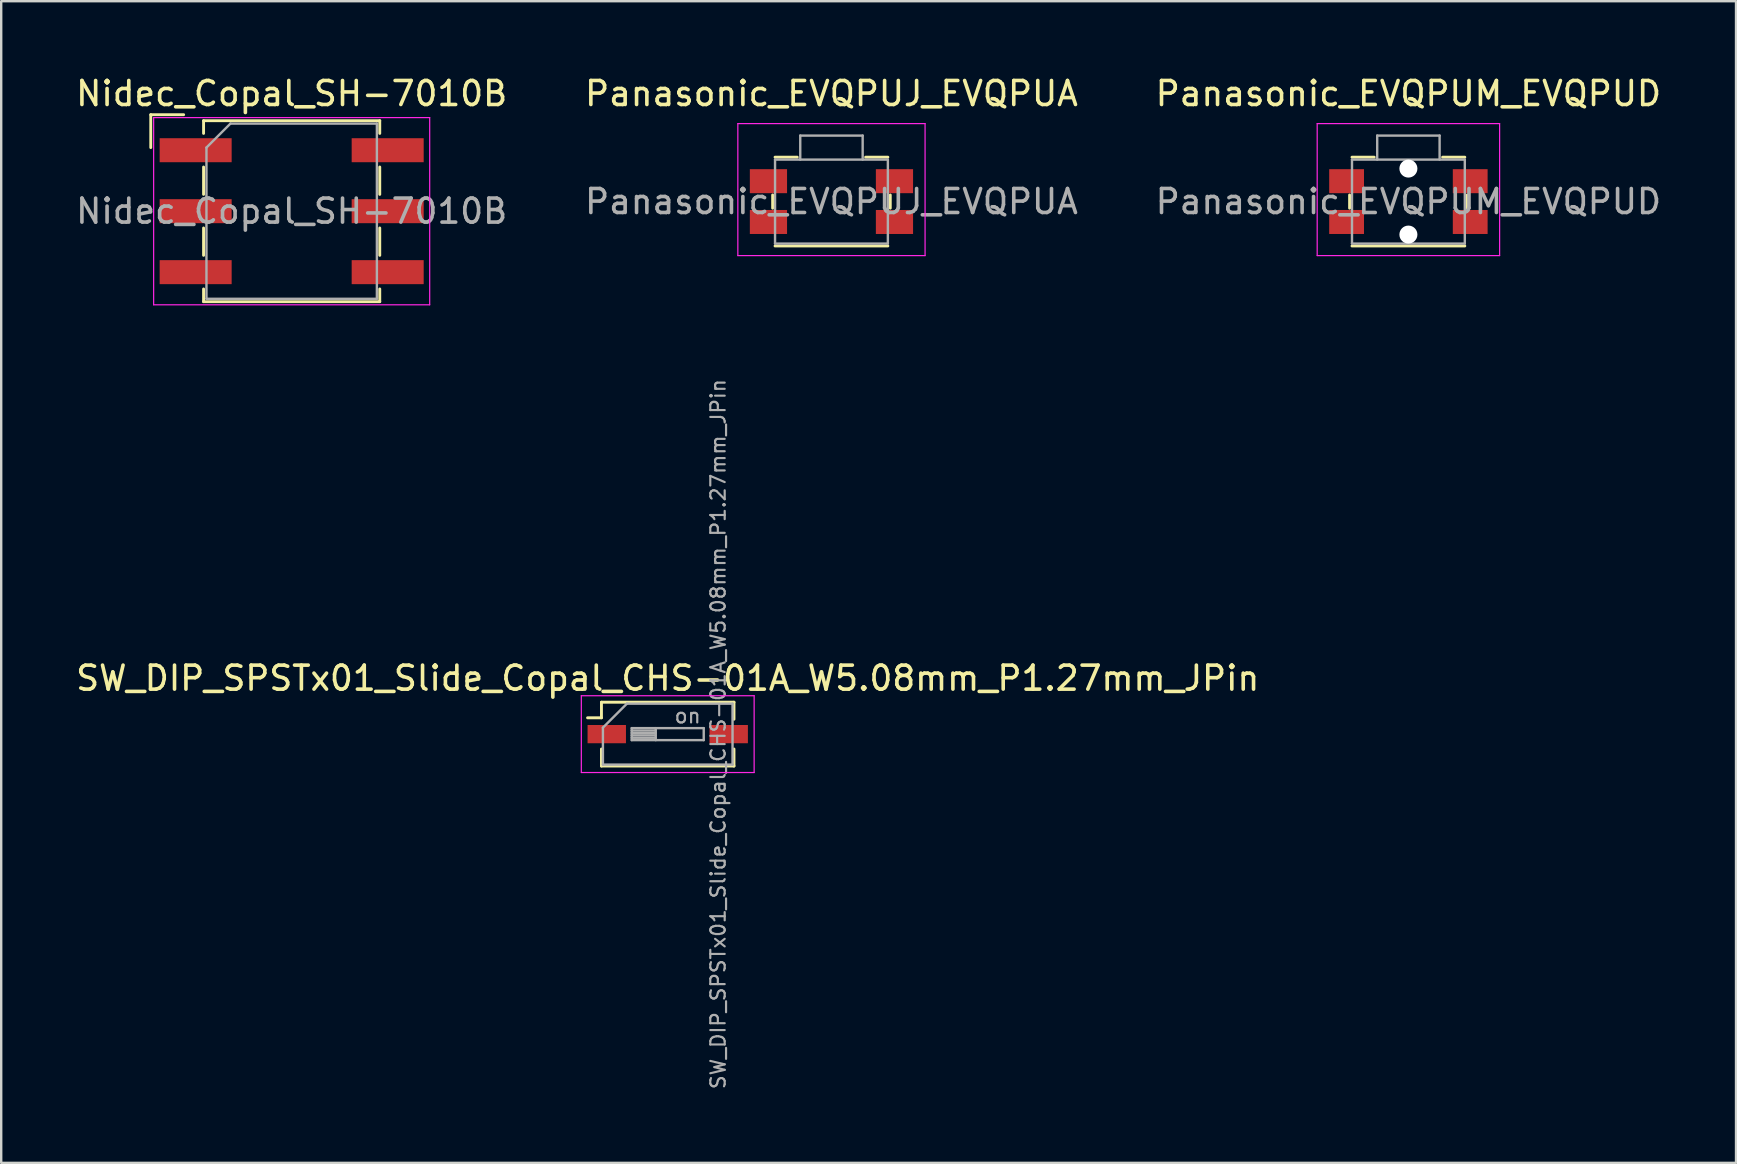
<source format=kicad_pcb>
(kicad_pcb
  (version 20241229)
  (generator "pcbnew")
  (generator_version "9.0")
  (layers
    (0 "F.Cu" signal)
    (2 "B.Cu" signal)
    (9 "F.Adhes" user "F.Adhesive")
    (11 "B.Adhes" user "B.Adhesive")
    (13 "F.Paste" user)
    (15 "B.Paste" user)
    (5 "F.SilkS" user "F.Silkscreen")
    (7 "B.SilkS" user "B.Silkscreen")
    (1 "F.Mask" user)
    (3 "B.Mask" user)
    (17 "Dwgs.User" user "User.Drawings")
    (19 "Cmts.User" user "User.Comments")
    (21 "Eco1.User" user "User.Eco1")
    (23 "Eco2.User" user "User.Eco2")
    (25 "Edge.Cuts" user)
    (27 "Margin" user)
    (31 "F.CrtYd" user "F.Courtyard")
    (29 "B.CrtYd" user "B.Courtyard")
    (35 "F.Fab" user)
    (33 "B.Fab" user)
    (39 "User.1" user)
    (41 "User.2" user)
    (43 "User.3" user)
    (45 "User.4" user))
  (footprint "Nidec_Copal_SH-7010B"
    (layer "F.Cu")
    (at 9.101 5.748)
    (property "Reference" "Nidec_Copal_SH-7010B" (at 0 -4.9 0) (layer "F.SilkS") (effects (font (size 1 1) (thickness 0.15))))
    (attr smd)
    (fp_line (start -5.87 -4.02) (end -4.5 -4.02) (stroke (width 0.12) (type solid)) (layer "F.SilkS"))
    (fp_line (start -5.87 -2.65) (end -5.87 -4.02) (stroke (width 0.12) (type solid)) (layer "F.SilkS"))
    (fp_line (start -3.67 -3.77) (end 3.67 -3.77) (stroke (width 0.12) (type solid)) (layer "F.SilkS"))
    (fp_line (start -3.67 -3.24) (end -3.67 -3.77) (stroke (width 0.12) (type solid)) (layer "F.SilkS"))
    (fp_line (start -3.67 -1.84) (end -3.67 -0.7) (stroke (width 0.12) (type solid)) (layer "F.SilkS"))
    (fp_line (start -3.67 0.7) (end -3.67 1.84) (stroke (width 0.12) (type solid)) (layer "F.SilkS"))
    (fp_line (start -3.67 3.24) (end -3.67 3.77) (stroke (width 0.12) (type solid)) (layer "F.SilkS"))
    (fp_line (start -3.67 3.77) (end 3.67 3.77) (stroke (width 0.12) (type solid)) (layer "F.SilkS"))
    (fp_line (start 3.67 -3.77) (end 3.67 -3.24) (stroke (width 0.12) (type solid)) (layer "F.SilkS"))
    (fp_line (start 3.67 -1.84) (end 3.67 -0.7) (stroke (width 0.12) (type solid)) (layer "F.SilkS"))
    (fp_line (start 3.67 0.7) (end 3.67 1.84) (stroke (width 0.12) (type solid)) (layer "F.SilkS"))
    (fp_line (start 3.67 3.77) (end 3.67 3.24) (stroke (width 0.12) (type solid)) (layer "F.SilkS"))
    (fp_line (start -5.75 -3.9) (end -5.75 3.9) (stroke (width 0.05) (type solid)) (layer "F.CrtYd"))
    (fp_line (start -5.75 3.9) (end 5.75 3.9) (stroke (width 0.05) (type solid)) (layer "F.CrtYd"))
    (fp_line (start 5.75 -3.9) (end -5.75 -3.9) (stroke (width 0.05) (type solid)) (layer "F.CrtYd"))
    (fp_line (start 5.75 3.9) (end 5.75 -3.9) (stroke (width 0.05) (type solid)) (layer "F.CrtYd"))
    (fp_line (start -3.55 -2.65) (end -2.55 -3.65) (stroke (width 0.1) (type solid)) (layer "F.Fab"))
    (fp_line (start -3.55 3.65) (end -3.55 -2.65) (stroke (width 0.1) (type solid)) (layer "F.Fab"))
    (fp_line (start -2.55 -3.65) (end 3.55 -3.65) (stroke (width 0.1) (type solid)) (layer "F.Fab"))
    (fp_line (start 3.55 -3.65) (end 3.55 3.65) (stroke (width 0.1) (type solid)) (layer "F.Fab"))
    (fp_line (start 3.55 3.65) (end -3.55 3.65) (stroke (width 0.1) (type solid)) (layer "F.Fab"))
    (fp_text user "${REFERENCE}" (at 0 0 0) (layer "F.Fab") (effects (font (size 1 1) (thickness 0.15))))
    (pad "1" smd rect (at -4 -2.54) (size 3 1) (layers "F.Cu" "F.Mask" "F.Paste"))
    (pad "2" smd rect (at 4 2.54) (size 3 1) (layers "F.Cu" "F.Mask" "F.Paste"))
    (pad "4" smd rect (at -4 2.54) (size 3 1) (layers "F.Cu" "F.Mask" "F.Paste"))
    (pad "8" smd rect (at 4 -2.54) (size 3 1) (layers "F.Cu" "F.Mask" "F.Paste"))
    (pad "C" smd rect (at -4 0) (size 3 1) (layers "F.Cu" "F.Mask" "F.Paste"))
    (pad "C" smd rect (at 4 0) (size 3 1) (layers "F.Cu" "F.Mask" "F.Paste")))
  (footprint "Panasonic_EVQPUJ_EVQPUA"
    (layer "F.Cu")
    (at 31.589 5.348)
    (property "Reference" "Panasonic_EVQPUJ_EVQPUA" (at 0 -4.5 0) (layer "F.SilkS") (effects (font (size 1 1) (thickness 0.15))))
    (attr smd)
    (fp_line (start -2.45 0.275) (end -2.45 -0.275) (stroke (width 0.12) (type solid)) (layer "F.SilkS"))
    (fp_line (start -1.425 -1.85) (end -2.35 -1.85) (stroke (width 0.12) (type solid)) (layer "F.SilkS"))
    (fp_line (start 2.35 -1.85) (end 1.425 -1.85) (stroke (width 0.12) (type solid)) (layer "F.SilkS"))
    (fp_line (start 2.35 1.85) (end -2.35 1.85) (stroke (width 0.12) (type solid)) (layer "F.SilkS"))
    (fp_line (start 2.45 0.275) (end 2.45 -0.275) (stroke (width 0.12) (type solid)) (layer "F.SilkS"))
    (fp_line (start -3.9 2.25) (end -3.9 -3.25) (stroke (width 0.05) (type solid)) (layer "F.CrtYd"))
    (fp_line (start 3.9 -3.25) (end -3.9 -3.25) (stroke (width 0.05) (type solid)) (layer "F.CrtYd"))
    (fp_line (start 3.9 2.25) (end -3.9 2.25) (stroke (width 0.05) (type solid)) (layer "F.CrtYd"))
    (fp_line (start 3.9 2.25) (end 3.9 -3.25) (stroke (width 0.05) (type solid)) (layer "F.CrtYd"))
    (fp_line (start -2.35 1.75) (end -2.35 -1.75) (stroke (width 0.1) (type solid)) (layer "F.Fab"))
    (fp_line (start -1.3 -2.75) (end -1.3 -1.75) (stroke (width 0.1) (type solid)) (layer "F.Fab"))
    (fp_line (start 1.3 -2.75) (end -1.3 -2.75) (stroke (width 0.1) (type solid)) (layer "F.Fab"))
    (fp_line (start 1.3 -2.75) (end 1.3 -1.75) (stroke (width 0.1) (type solid)) (layer "F.Fab"))
    (fp_line (start 2.35 -1.75) (end -2.35 -1.75) (stroke (width 0.1) (type solid)) (layer "F.Fab"))
    (fp_line (start 2.35 1.75) (end -2.35 1.75) (stroke (width 0.1) (type solid)) (layer "F.Fab"))
    (fp_line (start 2.35 1.75) (end 2.35 -1.75) (stroke (width 0.1) (type solid)) (layer "F.Fab"))
    (fp_text user "${REFERENCE}" (at 0 0 0) (layer "F.Fab") (effects (font (size 1 1) (thickness 0.15))))
    (pad "1" smd rect (at -2.625 -0.85 180) (size 1.55 1) (layers "F.Cu" "F.Mask" "F.Paste"))
    (pad "1" smd rect (at 2.625 -0.85 180) (size 1.55 1) (layers "F.Cu" "F.Mask" "F.Paste"))
    (pad "2" smd rect (at -2.625 0.85 180) (size 1.55 1) (layers "F.Cu" "F.Mask" "F.Paste"))
    (pad "2" smd rect (at 2.625 0.85 180) (size 1.55 1) (layers "F.Cu" "F.Mask" "F.Paste")))
  (footprint "Panasonic_EVQPUM_EVQPUD"
    (layer "F.Cu")
    (at 55.625 5.348)
    (property "Reference" "Panasonic_EVQPUM_EVQPUD" (at 0 -4.5 0) (layer "F.SilkS") (effects (font (size 1 1) (thickness 0.15))))
    (attr smd)
    (fp_line (start -2.45 0.275) (end -2.45 -0.275) (stroke (width 0.12) (type solid)) (layer "F.SilkS"))
    (fp_line (start -1.425 -1.85) (end -2.35 -1.85) (stroke (width 0.12) (type solid)) (layer "F.SilkS"))
    (fp_line (start 2.35 -1.85) (end 1.425 -1.85) (stroke (width 0.12) (type solid)) (layer "F.SilkS"))
    (fp_line (start 2.35 1.85) (end -2.35 1.85) (stroke (width 0.12) (type solid)) (layer "F.SilkS"))
    (fp_line (start 2.45 0.275) (end 2.45 -0.275) (stroke (width 0.12) (type solid)) (layer "F.SilkS"))
    (fp_line (start -3.8 2.25) (end -3.8 -3.25) (stroke (width 0.05) (type solid)) (layer "F.CrtYd"))
    (fp_line (start 3.8 -3.25) (end -3.8 -3.25) (stroke (width 0.05) (type solid)) (layer "F.CrtYd"))
    (fp_line (start 3.8 2.25) (end -3.8 2.25) (stroke (width 0.05) (type solid)) (layer "F.CrtYd"))
    (fp_line (start 3.8 2.25) (end 3.8 -3.25) (stroke (width 0.05) (type solid)) (layer "F.CrtYd"))
    (fp_line (start -2.35 1.75) (end -2.35 -1.75) (stroke (width 0.1) (type solid)) (layer "F.Fab"))
    (fp_line (start -1.3 -2.75) (end -1.3 -1.75) (stroke (width 0.1) (type solid)) (layer "F.Fab"))
    (fp_line (start 1.3 -2.75) (end -1.3 -2.75) (stroke (width 0.1) (type solid)) (layer "F.Fab"))
    (fp_line (start 1.3 -2.75) (end 1.3 -1.75) (stroke (width 0.1) (type solid)) (layer "F.Fab"))
    (fp_line (start 2.35 -1.75) (end -2.35 -1.75) (stroke (width 0.1) (type solid)) (layer "F.Fab"))
    (fp_line (start 2.35 1.75) (end -2.35 1.75) (stroke (width 0.1) (type solid)) (layer "F.Fab"))
    (fp_line (start 2.35 1.75) (end 2.35 -1.75) (stroke (width 0.1) (type solid)) (layer "F.Fab"))
    (fp_text user "${REFERENCE}" (at 0 0 0) (layer "F.Fab") (effects (font (size 1 1) (thickness 0.15))))
    (pad "" np_thru_hole circle (at 0 -1.375 180) (size 0.75 0.75) (drill 0.75) (layers "*.Cu" "*.Mask"))
    (pad "" np_thru_hole circle (at 0 1.375 180) (size 0.75 0.75) (drill 0.75) (layers "*.Cu" "*.Mask"))
    (pad "1" smd rect (at -2.575 -0.85 180) (size 1.45 1) (layers "F.Cu" "F.Mask" "F.Paste"))
    (pad "1" smd rect (at 2.575 -0.85 180) (size 1.45 1) (layers "F.Cu" "F.Mask" "F.Paste"))
    (pad "2" smd rect (at -2.575 0.85 180) (size 1.45 1) (layers "F.Cu" "F.Mask" "F.Paste"))
    (pad "2" smd rect (at 2.575 0.85 180) (size 1.45 1) (layers "F.Cu" "F.Mask" "F.Paste")))
  (footprint "SW_DIP_SPSTx01_Slide_Copal_CHS-01A_W5.08mm_P1.27mm_JPin"
    (layer "F.Cu")
    (at 24.768 27.534)
    (property "Reference" "SW_DIP_SPSTx01_Slide_Copal_CHS-01A_W5.08mm_P1.27mm_JPin" (at 0 -2.33 0) (layer "F.SilkS") (effects (font (size 1 1) (thickness 0.15))))
    (attr smd)
    (fp_line (start -3.34 -0.68) (end -2.761 -0.68) (stroke (width 0.12) (type solid)) (layer "F.SilkS"))
    (fp_line (start -2.761 -1.33) (end -2.761 -0.68) (stroke (width 0.12) (type solid)) (layer "F.SilkS"))
    (fp_line (start -2.761 -1.33) (end 2.76 -1.33) (stroke (width 0.12) (type solid)) (layer "F.SilkS"))
    (fp_line (start -2.761 0.62) (end -2.761 1.33) (stroke (width 0.12) (type solid)) (layer "F.SilkS"))
    (fp_line (start -2.761 1.33) (end 2.76 1.33) (stroke (width 0.12) (type solid)) (layer "F.SilkS"))
    (fp_line (start 2.76 -1.33) (end 2.76 -0.62) (stroke (width 0.12) (type solid)) (layer "F.SilkS"))
    (fp_line (start 2.76 0.62) (end 2.76 1.33) (stroke (width 0.12) (type solid)) (layer "F.SilkS"))
    (fp_line (start -3.6 -1.6) (end -3.6 1.6) (stroke (width 0.05) (type solid)) (layer "F.CrtYd"))
    (fp_line (start -3.6 1.6) (end 3.6 1.6) (stroke (width 0.05) (type solid)) (layer "F.CrtYd"))
    (fp_line (start 3.6 -1.6) (end -3.6 -1.6) (stroke (width 0.05) (type solid)) (layer "F.CrtYd"))
    (fp_line (start 3.6 1.6) (end 3.6 -1.6) (stroke (width 0.05) (type solid)) (layer "F.CrtYd"))
    (fp_line (start -2.7 -0.27) (end -1.7 -1.27) (stroke (width 0.1) (type solid)) (layer "F.Fab"))
    (fp_line (start -2.7 1.27) (end -2.7 -0.27) (stroke (width 0.1) (type solid)) (layer "F.Fab"))
    (fp_line (start -1.7 -1.27) (end 2.7 -1.27) (stroke (width 0.1) (type solid)) (layer "F.Fab"))
    (fp_line (start -1.5 -0.25) (end -1.5 0.25) (stroke (width 0.1) (type solid)) (layer "F.Fab"))
    (fp_line (start -1.5 -0.15) (end -0.5 -0.15) (stroke (width 0.1) (type solid)) (layer "F.Fab"))
    (fp_line (start -1.5 -0.05) (end -0.5 -0.05) (stroke (width 0.1) (type solid)) (layer "F.Fab"))
    (fp_line (start -1.5 0.05) (end -0.5 0.05) (stroke (width 0.1) (type solid)) (layer "F.Fab"))
    (fp_line (start -1.5 0.15) (end -0.5 0.15) (stroke (width 0.1) (type solid)) (layer "F.Fab"))
    (fp_line (start -1.5 0.25) (end 1.5 0.25) (stroke (width 0.1) (type solid)) (layer "F.Fab"))
    (fp_line (start -0.5 -0.25) (end -0.5 0.25) (stroke (width 0.1) (type solid)) (layer "F.Fab"))
    (fp_line (start 1.5 -0.25) (end -1.5 -0.25) (stroke (width 0.1) (type solid)) (layer "F.Fab"))
    (fp_line (start 1.5 0.25) (end 1.5 -0.25) (stroke (width 0.1) (type solid)) (layer "F.Fab"))
    (fp_line (start 2.7 -1.27) (end 2.7 1.27) (stroke (width 0.1) (type solid)) (layer "F.Fab"))
    (fp_line (start 2.7 1.27) (end -2.7 1.27) (stroke (width 0.1) (type solid)) (layer "F.Fab"))
    (fp_text user "on" (at 0.83 -0.76 0) (layer "F.Fab") (effects (font (size 0.6 0.6) (thickness 0.09))))
    (fp_text user "${REFERENCE}" (at 2.1 0 90) (layer "F.Fab") (effects (font (size 0.6 0.6) (thickness 0.09))))
    (pad "1" smd rect (at -2.54 0) (size 1.6 0.76) (layers "F.Cu" "F.Mask" "F.Paste"))
    (pad "2" smd rect (at 2.54 0) (size 1.6 0.76) (layers "F.Cu" "F.Mask" "F.Paste")))
  (gr_rect
    (start -3 -3)
    (end 69.274 45.395)
    (stroke (width 0.1) (type default))
    (fill no)
    (layer "Edge.Cuts")))
</source>
